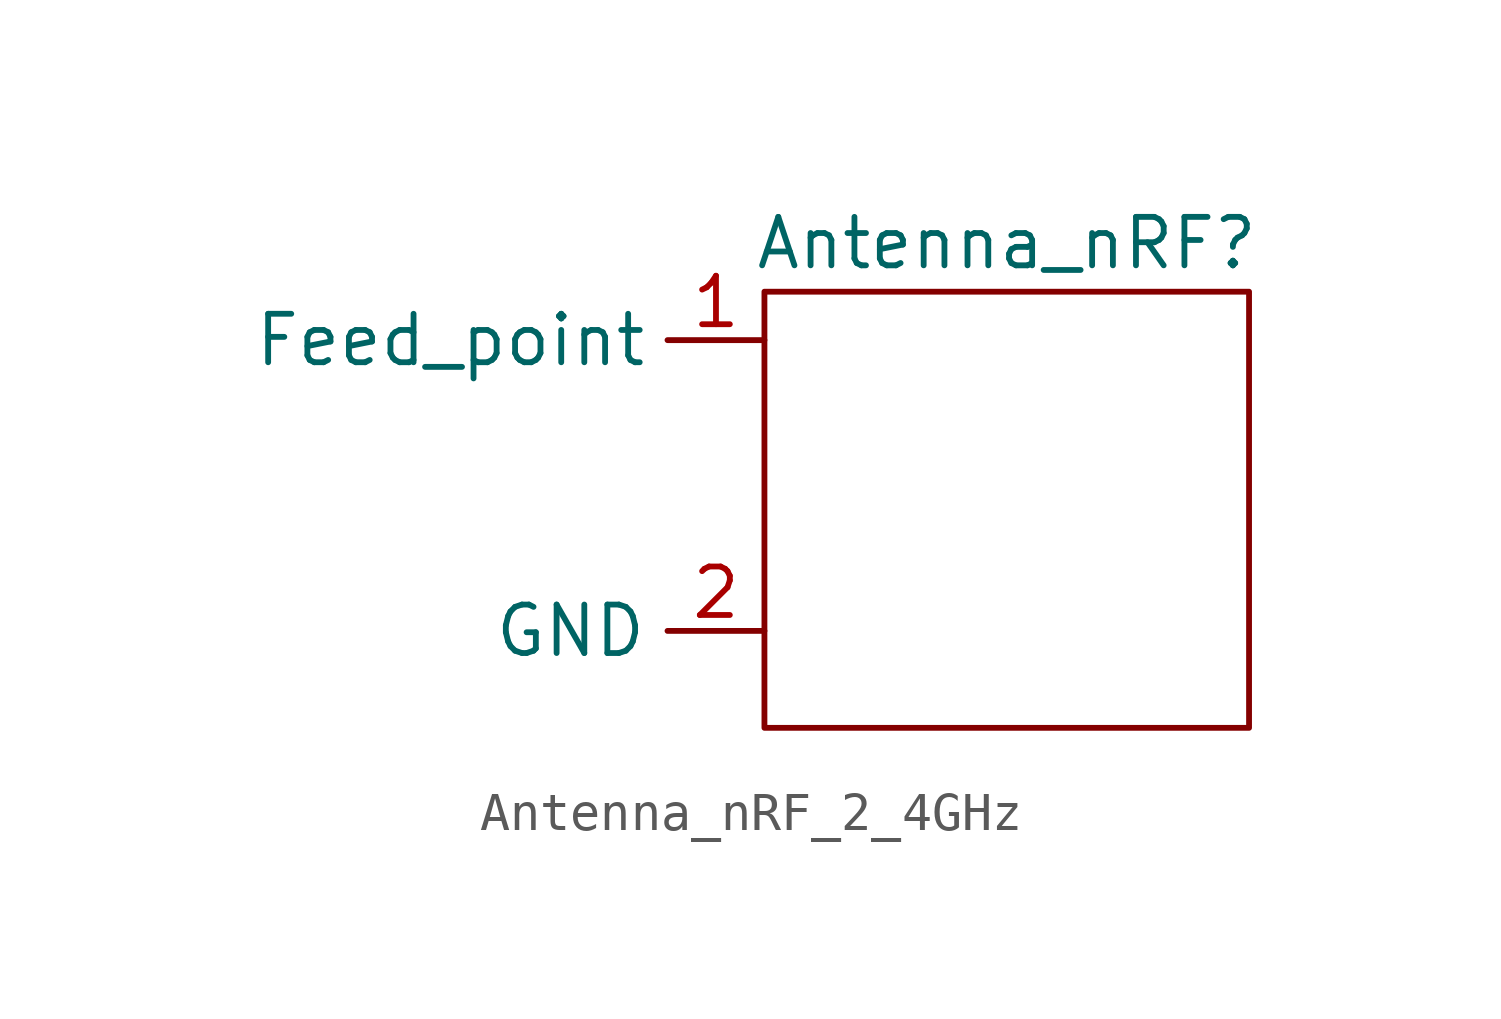
<source format=kicad_sym>
(kicad_symbol_lib
  (version 20220914)
  (generator kicad_symbol_editor)
  (symbol "Antenna_nRF_2_4GHz"
    (property "Reference" "Antenna_nRF"
      (at 0 7.62 0)
      (effects (font (size 1.27 1.27))))
    (property "Value" ""
      (at -3.81 2.54 0)
      (effects (font (size 1.27 1.27))))
    (symbol "Antenna_nRF_2_4GHz_0_1"
      (rectangle (start -6.35 6.35) (end 6.35 -5.08) (stroke (width 0) (type default)) (fill (type none))))
    (symbol "Antenna_nRF_2_4GHz_1_1"
      (pin input line (at -6.35 5.08 180) (length 2.54) (name "Feed_point" (effects (font (size 1.27 1.27)))) (number "1" (effects (font (size 1.27 1.27)))))
      (pin power_in line (at -6.35 -2.54 180) (length 2.54) (name "GND" (effects (font (size 1.27 1.27)))) (number "2" (effects (font (size 1.27 1.27))))))))
</source>
